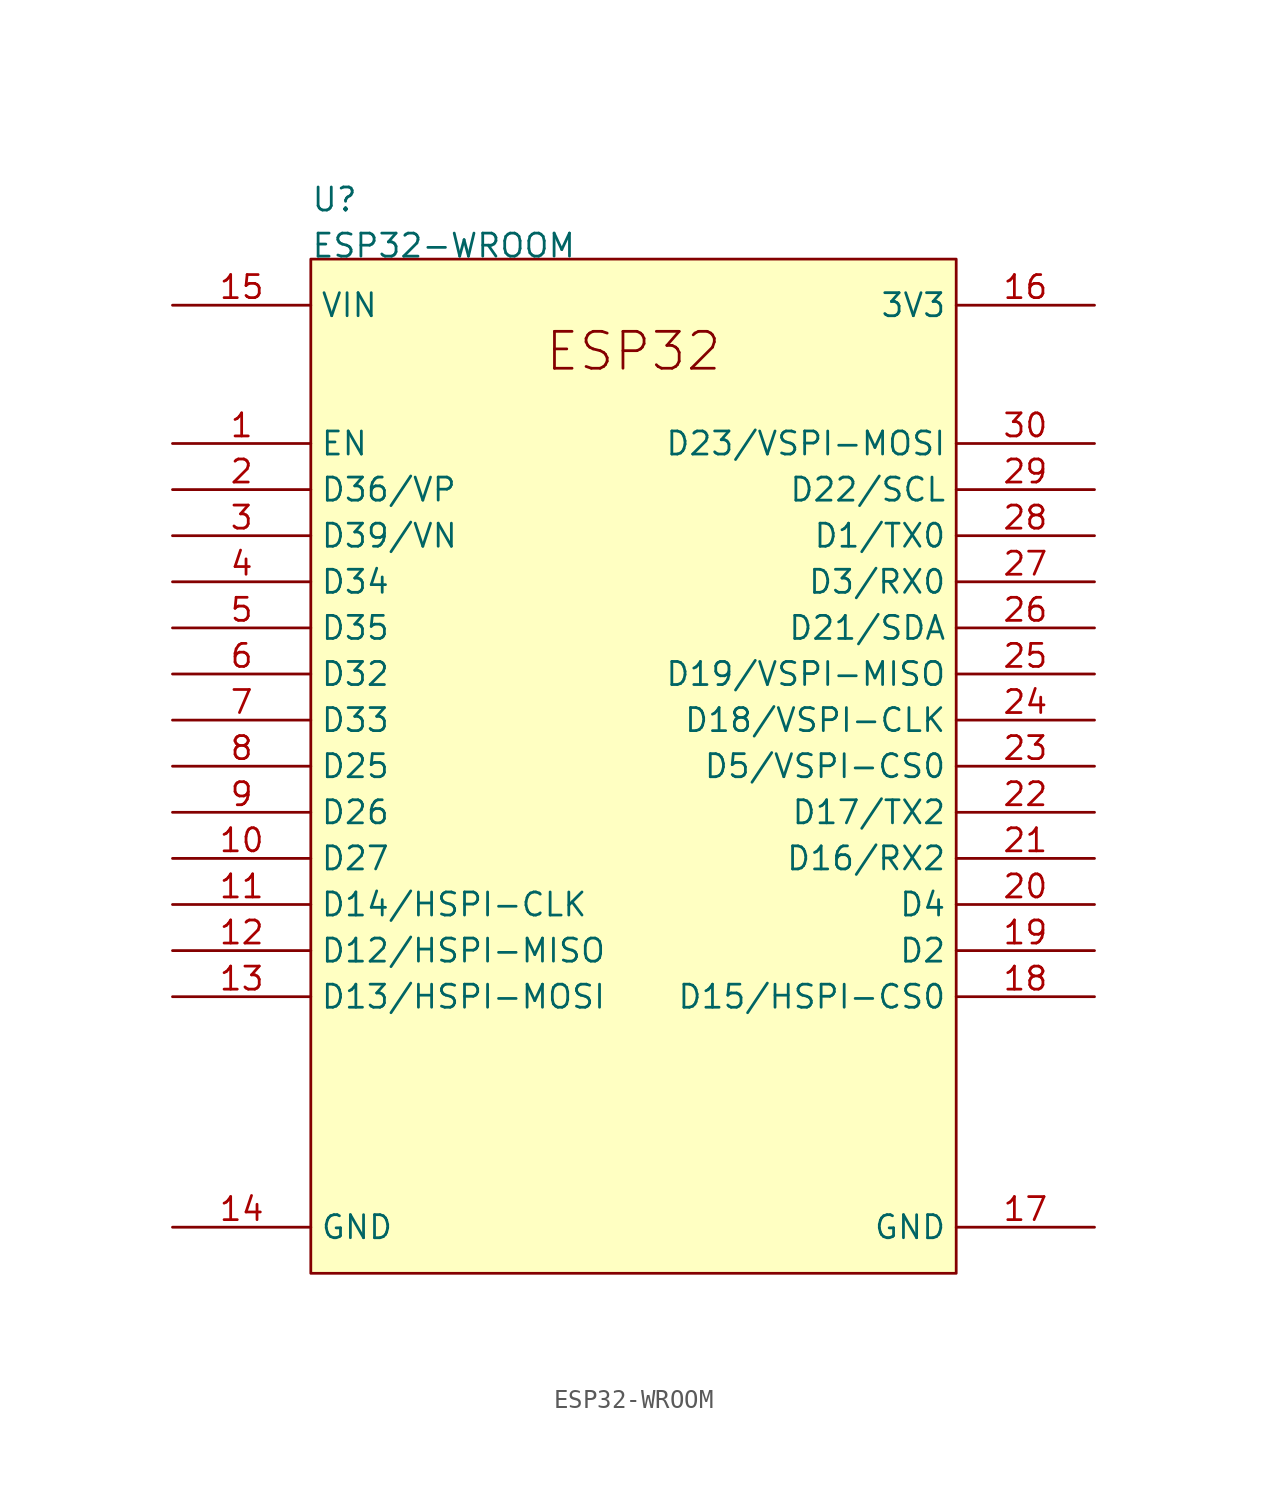
<source format=kicad_sym>
(kicad_symbol_lib
  (version 20211014)
  (generator kicad_symbol_editor)
  (symbol "ESP32-WROOM"
    (property "Reference" "U"
      (at -17.78 35.56 0)
      (effects (font (size 1.27 1.27)) (justify left bottom)))
    (property "Value" "ESP32-WROOM"
      (at -17.78 33.02 0)
      (effects (font (size 1.27 1.27)) (justify left bottom)))
    (symbol "ESP32-WROOM_0_0"
      (text "ESP32" (at 0 27.94 0) (effects (font (size 2.032 2.032)))))
    (symbol "ESP32-WROOM_0_1"
      (rectangle (start -17.78 33.02) (end 17.78 -22.86) (stroke (width 0) (type default) (color 0 0 0 0)) (fill (type background))))
    (symbol "ESP32-WROOM_1_1"
      (pin input line (at -25.4 22.86 0) (length 7.62) (name "EN" (effects (font (size 1.27 1.27)))) (number "1" (effects (font (size 1.27 1.27)))))
      (pin bidirectional line (at -25.4 0 0) (length 7.62) (name "D27" (effects (font (size 1.27 1.27)))) (number "10" (effects (font (size 1.27 1.27)))))
      (pin bidirectional line (at -25.4 -2.54 0) (length 7.62) (name "D14/HSPI-CLK" (effects (font (size 1.27 1.27)))) (number "11" (effects (font (size 1.27 1.27)))))
      (pin bidirectional line (at -25.4 -5.08 0) (length 7.62) (name "D12/HSPI-MISO" (effects (font (size 1.27 1.27)))) (number "12" (effects (font (size 1.27 1.27)))))
      (pin bidirectional line (at -25.4 -7.62 0) (length 7.62) (name "D13/HSPI-MOSI" (effects (font (size 1.27 1.27)))) (number "13" (effects (font (size 1.27 1.27)))))
      (pin power_in line (at -25.4 -20.32 0) (length 7.62) (name "GND" (effects (font (size 1.27 1.27)))) (number "14" (effects (font (size 1.27 1.27)))))
      (pin power_in line (at -25.4 30.48 0) (length 7.62) (name "VIN" (effects (font (size 1.27 1.27)))) (number "15" (effects (font (size 1.27 1.27)))))
      (pin power_out line (at 25.4 30.48 180) (length 7.62) (name "3V3" (effects (font (size 1.27 1.27)))) (number "16" (effects (font (size 1.27 1.27)))))
      (pin power_in line (at 25.4 -20.32 180) (length 7.62) (name "GND" (effects (font (size 1.27 1.27)))) (number "17" (effects (font (size 1.27 1.27)))))
      (pin bidirectional line (at 25.4 -7.62 180) (length 7.62) (name "D15/HSPI-CS0" (effects (font (size 1.27 1.27)))) (number "18" (effects (font (size 1.27 1.27)))))
      (pin bidirectional line (at 25.4 -5.08 180) (length 7.62) (name "D2" (effects (font (size 1.27 1.27)))) (number "19" (effects (font (size 1.27 1.27)))))
      (pin input line (at -25.4 20.32 0) (length 7.62) (name "D36/VP" (effects (font (size 1.27 1.27)))) (number "2" (effects (font (size 1.27 1.27)))))
      (pin bidirectional line (at 25.4 -2.54 180) (length 7.62) (name "D4" (effects (font (size 1.27 1.27)))) (number "20" (effects (font (size 1.27 1.27)))))
      (pin bidirectional line (at 25.4 0 180) (length 7.62) (name "D16/RX2" (effects (font (size 1.27 1.27)))) (number "21" (effects (font (size 1.27 1.27)))))
      (pin bidirectional line (at 25.4 2.54 180) (length 7.62) (name "D17/TX2" (effects (font (size 1.27 1.27)))) (number "22" (effects (font (size 1.27 1.27)))))
      (pin bidirectional line (at 25.4 5.08 180) (length 7.62) (name "D5/VSPI-CS0" (effects (font (size 1.27 1.27)))) (number "23" (effects (font (size 1.27 1.27)))))
      (pin bidirectional line (at 25.4 7.62 180) (length 7.62) (name "D18/VSPI-CLK" (effects (font (size 1.27 1.27)))) (number "24" (effects (font (size 1.27 1.27)))))
      (pin bidirectional line (at 25.4 10.16 180) (length 7.62) (name "D19/VSPI-MISO" (effects (font (size 1.27 1.27)))) (number "25" (effects (font (size 1.27 1.27)))))
      (pin bidirectional line (at 25.4 12.7 180) (length 7.62) (name "D21/SDA" (effects (font (size 1.27 1.27)))) (number "26" (effects (font (size 1.27 1.27)))))
      (pin bidirectional line (at 25.4 15.24 180) (length 7.62) (name "D3/RX0" (effects (font (size 1.27 1.27)))) (number "27" (effects (font (size 1.27 1.27)))))
      (pin bidirectional line (at 25.4 17.78 180) (length 7.62) (name "D1/TX0" (effects (font (size 1.27 1.27)))) (number "28" (effects (font (size 1.27 1.27)))))
      (pin bidirectional line (at 25.4 20.32 180) (length 7.62) (name "D22/SCL" (effects (font (size 1.27 1.27)))) (number "29" (effects (font (size 1.27 1.27)))))
      (pin input line (at -25.4 17.78 0) (length 7.62) (name "D39/VN" (effects (font (size 1.27 1.27)))) (number "3" (effects (font (size 1.27 1.27)))))
      (pin bidirectional line (at 25.4 22.86 180) (length 7.62) (name "D23/VSPI-MOSI" (effects (font (size 1.27 1.27)))) (number "30" (effects (font (size 1.27 1.27)))))
      (pin input line (at -25.4 15.24 0) (length 7.62) (name "D34" (effects (font (size 1.27 1.27)))) (number "4" (effects (font (size 1.27 1.27)))))
      (pin input line (at -25.4 12.7 0) (length 7.62) (name "D35" (effects (font (size 1.27 1.27)))) (number "5" (effects (font (size 1.27 1.27)))))
      (pin bidirectional line (at -25.4 10.16 0) (length 7.62) (name "D32" (effects (font (size 1.27 1.27)))) (number "6" (effects (font (size 1.27 1.27)))))
      (pin bidirectional line (at -25.4 7.62 0) (length 7.62) (name "D33" (effects (font (size 1.27 1.27)))) (number "7" (effects (font (size 1.27 1.27)))))
      (pin bidirectional line (at -25.4 5.08 0) (length 7.62) (name "D25" (effects (font (size 1.27 1.27)))) (number "8" (effects (font (size 1.27 1.27)))))
      (pin bidirectional line (at -25.4 2.54 0) (length 7.62) (name "D26" (effects (font (size 1.27 1.27)))) (number "9" (effects (font (size 1.27 1.27))))))))
</source>
